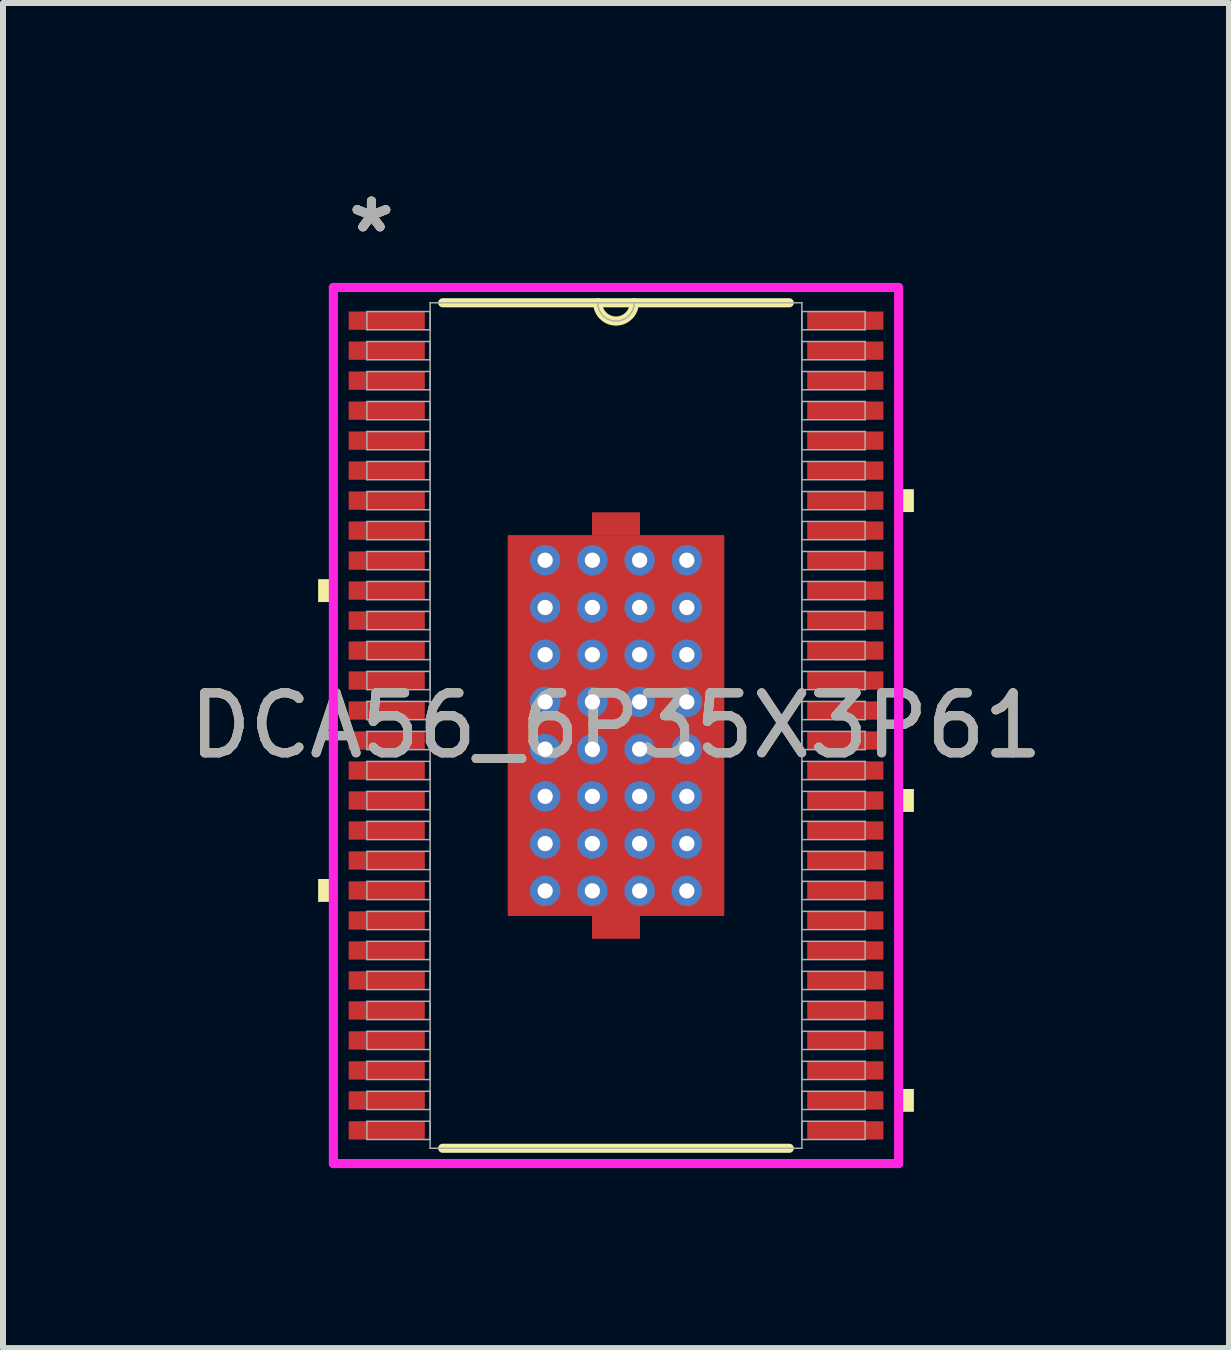
<source format=kicad_pcb>
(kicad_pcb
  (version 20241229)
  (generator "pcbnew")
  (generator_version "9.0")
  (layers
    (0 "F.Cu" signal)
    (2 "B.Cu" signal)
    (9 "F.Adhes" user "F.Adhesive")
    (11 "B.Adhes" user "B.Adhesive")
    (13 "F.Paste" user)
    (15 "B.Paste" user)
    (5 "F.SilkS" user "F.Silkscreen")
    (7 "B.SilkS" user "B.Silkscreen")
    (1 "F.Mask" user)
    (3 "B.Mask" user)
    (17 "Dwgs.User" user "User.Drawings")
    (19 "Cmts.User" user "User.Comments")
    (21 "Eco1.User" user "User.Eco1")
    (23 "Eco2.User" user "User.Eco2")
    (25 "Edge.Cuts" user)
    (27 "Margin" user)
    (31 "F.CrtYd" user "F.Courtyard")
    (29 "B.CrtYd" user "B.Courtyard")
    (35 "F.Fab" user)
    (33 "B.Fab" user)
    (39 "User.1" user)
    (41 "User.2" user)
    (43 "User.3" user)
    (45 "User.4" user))
  (footprint "DCA56_6P35X3P61"
    (layer "F.Cu")
    (at 7.22 9.046)
    (property "Reference" "DCA56_6P35X3P61" (at 0 0 0) (unlocked yes) (layer "F.SilkS") (effects (font (size 1 1) (thickness 0.15))))
    (attr smd)
    (fp_poly (pts (xy -0.4 -3.175) (xy -0.4 -3.555) (xy 0.4 -3.555) (xy 0.4 -3.175)) (stroke (width 0) (type solid)) (fill yes) (layer "F.Cu"))
    (fp_poly (pts (xy -0.4 3.175) (xy -0.4 3.555) (xy 0.4 3.555) (xy 0.4 3.175)) (stroke (width 0) (type solid)) (fill yes) (layer "F.Cu"))
    (fp_poly (pts (xy -1.869 -3.239) (xy -1.381 -3.239) (xy -1.381 3.239) (xy -1.869 3.239)) (stroke (width 0) (type solid)) (fill yes) (layer "F.Mask"))
    (fp_poly (pts (xy -1.869 -3.239) (xy 1.869 -3.239) (xy 1.869 -2.956) (xy -1.869 -2.956)) (stroke (width 0) (type solid)) (fill yes) (layer "F.Mask"))
    (fp_poly (pts (xy -1.869 -2.556) (xy 1.869 -2.556) (xy 1.869 -2.168) (xy -1.869 -2.168)) (stroke (width 0) (type solid)) (fill yes) (layer "F.Mask"))
    (fp_poly (pts (xy -1.869 -1.768) (xy 1.869 -1.768) (xy 1.869 -1.381) (xy -1.869 -1.381)) (stroke (width 0) (type solid)) (fill yes) (layer "F.Mask"))
    (fp_poly (pts (xy -1.869 -0.981) (xy 1.869 -0.981) (xy 1.869 -0.594) (xy -1.869 -0.594)) (stroke (width 0) (type solid)) (fill yes) (layer "F.Mask"))
    (fp_poly (pts (xy -1.869 -0.194) (xy 1.869 -0.194) (xy 1.869 0.194) (xy -1.869 0.194)) (stroke (width 0) (type solid)) (fill yes) (layer "F.Mask"))
    (fp_poly (pts (xy -1.869 0.594) (xy 1.869 0.594) (xy 1.869 0.981) (xy -1.869 0.981)) (stroke (width 0) (type solid)) (fill yes) (layer "F.Mask"))
    (fp_poly (pts (xy -1.869 1.381) (xy 1.869 1.381) (xy 1.869 1.768) (xy -1.869 1.768)) (stroke (width 0) (type solid)) (fill yes) (layer "F.Mask"))
    (fp_poly (pts (xy -1.869 2.168) (xy 1.869 2.168) (xy 1.869 2.556) (xy -1.869 2.556)) (stroke (width 0) (type solid)) (fill yes) (layer "F.Mask"))
    (fp_poly (pts (xy -1.869 2.956) (xy 1.869 2.956) (xy 1.869 3.239) (xy -1.869 3.239)) (stroke (width 0) (type solid)) (fill yes) (layer "F.Mask"))
    (fp_poly (pts (xy -0.594 -3.239) (xy -0.981 -3.239) (xy -0.981 3.239) (xy -0.594 3.239)) (stroke (width 0) (type solid)) (fill yes) (layer "F.Mask"))
    (fp_poly (pts (xy -0.4 -3.175) (xy -0.4 -3.555) (xy 0.4 -3.555) (xy 0.4 -3.175)) (stroke (width 0) (type solid)) (fill yes) (layer "F.Mask"))
    (fp_poly (pts (xy -0.4 3.175) (xy -0.4 3.555) (xy 0.4 3.555) (xy 0.4 3.175)) (stroke (width 0) (type solid)) (fill yes) (layer "F.Mask"))
    (fp_poly (pts (xy 0.194 -3.239) (xy -0.194 -3.239) (xy -0.194 3.239) (xy 0.194 3.239)) (stroke (width 0) (type solid)) (fill yes) (layer "F.Mask"))
    (fp_poly (pts (xy 0.981 -3.239) (xy 0.594 -3.239) (xy 0.594 3.239) (xy 0.981 3.239)) (stroke (width 0) (type solid)) (fill yes) (layer "F.Mask"))
    (fp_poly (pts (xy 1.381 -3.239) (xy 1.869 -3.239) (xy 1.869 3.239) (xy 1.381 3.239)) (stroke (width 0) (type solid)) (fill yes) (layer "F.Mask"))
    (fp_line (start -2.889 7.048) (end 2.889 7.048) (stroke (width 0.152) (type solid)) (layer "F.SilkS"))
    (fp_line (start 2.889 -7.048) (end -2.889 -7.048) (stroke (width 0.152) (type solid)) (layer "F.SilkS"))
    (fp_arc (start 0.3048 -7.0485) (mid 0 -6.7437) (end -0.3048 -7.0485) (stroke (width 0.1524) (type solid)) (layer "F.SilkS"))
    (fp_poly (pts (xy -4.966 -2.44) (xy -4.966 -2.059) (xy -4.712 -2.059) (xy -4.712 -2.44)) (stroke (width 0) (type solid)) (fill yes) (layer "F.SilkS"))
    (fp_poly (pts (xy -4.966 2.559) (xy -4.966 2.94) (xy -4.712 2.94) (xy -4.712 2.559)) (stroke (width 0) (type solid)) (fill yes) (layer "F.SilkS"))
    (fp_poly (pts (xy 4.966 -3.94) (xy 4.966 -3.559) (xy 4.712 -3.559) (xy 4.712 -3.94)) (stroke (width 0) (type solid)) (fill yes) (layer "F.SilkS"))
    (fp_poly (pts (xy 4.966 1.059) (xy 4.966 1.44) (xy 4.712 1.44) (xy 4.712 1.059)) (stroke (width 0) (type solid)) (fill yes) (layer "F.SilkS"))
    (fp_poly (pts (xy 4.966 6.059) (xy 4.966 6.44) (xy 4.712 6.44) (xy 4.712 6.059)) (stroke (width 0) (type solid)) (fill yes) (layer "F.SilkS"))
    (fp_poly (pts (xy -1.73 -3.1) (xy -1.73 -2.856) (xy -1.423 -2.856) (xy -1.281 -2.997) (xy -1.281 -3.1)) (stroke (width 0) (type solid)) (fill yes) (layer "F.Paste"))
    (fp_poly (pts (xy -1.73 2.856) (xy -1.73 3.1) (xy -1.281 3.1) (xy -1.281 2.997) (xy -1.423 2.856)) (stroke (width 0) (type solid)) (fill yes) (layer "F.Paste"))
    (fp_poly (pts (xy 1.281 -3.1) (xy 1.281 -2.997) (xy 1.423 -2.856) (xy 1.73 -2.856) (xy 1.73 -3.1)) (stroke (width 0) (type solid)) (fill yes) (layer "F.Paste"))
    (fp_poly (pts (xy 1.423 2.856) (xy 1.281 2.997) (xy 1.281 3.1) (xy 1.73 3.1) (xy 1.73 2.856)) (stroke (width 0) (type solid)) (fill yes) (layer "F.Paste"))
    (fp_poly (pts (xy -1.73 -2.656) (xy -1.73 -2.068) (xy -1.423 -2.068) (xy -1.281 -2.21) (xy -1.281 -2.514) (xy -1.423 -2.656)) (stroke (width 0) (type solid)) (fill yes) (layer "F.Paste"))
    (fp_poly (pts (xy -1.73 -1.869) (xy -1.73 -1.281) (xy -1.423 -1.281) (xy -1.281 -1.423) (xy -1.281 -1.727) (xy -1.423 -1.869)) (stroke (width 0) (type solid)) (fill yes) (layer "F.Paste"))
    (fp_poly (pts (xy -1.73 -1.081) (xy -1.73 -0.494) (xy -1.423 -0.494) (xy -1.281 -0.635) (xy -1.281 -0.94) (xy -1.423 -1.081)) (stroke (width 0) (type solid)) (fill yes) (layer "F.Paste"))
    (fp_poly (pts (xy -1.73 -0.294) (xy -1.73 0.294) (xy -1.423 0.294) (xy -1.281 0.152) (xy -1.281 -0.152) (xy -1.423 -0.294)) (stroke (width 0) (type solid)) (fill yes) (layer "F.Paste"))
    (fp_poly (pts (xy -1.73 0.494) (xy -1.73 1.081) (xy -1.423 1.081) (xy -1.281 0.94) (xy -1.281 0.635) (xy -1.423 0.494)) (stroke (width 0) (type solid)) (fill yes) (layer "F.Paste"))
    (fp_poly (pts (xy -1.73 1.281) (xy -1.73 1.869) (xy -1.423 1.869) (xy -1.281 1.727) (xy -1.281 1.423) (xy -1.423 1.281)) (stroke (width 0) (type solid)) (fill yes) (layer "F.Paste"))
    (fp_poly (pts (xy -1.73 2.068) (xy -1.73 2.656) (xy -1.423 2.656) (xy -1.281 2.514) (xy -1.281 2.21) (xy -1.423 2.068)) (stroke (width 0) (type solid)) (fill yes) (layer "F.Paste"))
    (fp_poly (pts (xy -1.081 -3.1) (xy -1.081 -2.997) (xy -0.94 -2.856) (xy -0.635 -2.856) (xy -0.494 -2.997) (xy -0.494 -3.1)) (stroke (width 0) (type solid)) (fill yes) (layer "F.Paste"))
    (fp_poly (pts (xy -0.94 2.856) (xy -1.081 2.997) (xy -1.081 3.1) (xy -0.494 3.1) (xy -0.494 2.997) (xy -0.635 2.856)) (stroke (width 0) (type solid)) (fill yes) (layer "F.Paste"))
    (fp_poly (pts (xy -0.294 -3.1) (xy -0.294 -2.997) (xy -0.152 -2.856) (xy 0.152 -2.856) (xy 0.294 -2.997) (xy 0.294 -3.1)) (stroke (width 0) (type solid)) (fill yes) (layer "F.Paste"))
    (fp_poly (pts (xy -0.152 2.856) (xy -0.294 2.997) (xy -0.294 3.1) (xy 0.294 3.1) (xy 0.294 2.997) (xy 0.152 2.856)) (stroke (width 0) (type solid)) (fill yes) (layer "F.Paste"))
    (fp_poly (pts (xy 0.494 -3.1) (xy 0.494 -2.997) (xy 0.635 -2.856) (xy 0.94 -2.856) (xy 1.081 -2.997) (xy 1.081 -3.1)) (stroke (width 0) (type solid)) (fill yes) (layer "F.Paste"))
    (fp_poly (pts (xy 0.635 2.856) (xy 0.494 2.997) (xy 0.494 3.1) (xy 1.081 3.1) (xy 1.081 2.997) (xy 0.94 2.856)) (stroke (width 0) (type solid)) (fill yes) (layer "F.Paste"))
    (fp_poly (pts (xy 1.423 -2.656) (xy 1.281 -2.514) (xy 1.281 -2.21) (xy 1.423 -2.068) (xy 1.73 -2.068) (xy 1.73 -2.656)) (stroke (width 0) (type solid)) (fill yes) (layer "F.Paste"))
    (fp_poly (pts (xy 1.423 -1.869) (xy 1.281 -1.727) (xy 1.281 -1.423) (xy 1.423 -1.281) (xy 1.73 -1.281) (xy 1.73 -1.869)) (stroke (width 0) (type solid)) (fill yes) (layer "F.Paste"))
    (fp_poly (pts (xy 1.423 -1.081) (xy 1.281 -0.94) (xy 1.281 -0.635) (xy 1.423 -0.494) (xy 1.73 -0.494) (xy 1.73 -1.081)) (stroke (width 0) (type solid)) (fill yes) (layer "F.Paste"))
    (fp_poly (pts (xy 1.423 -0.294) (xy 1.281 -0.152) (xy 1.281 0.152) (xy 1.423 0.294) (xy 1.73 0.294) (xy 1.73 -0.294)) (stroke (width 0) (type solid)) (fill yes) (layer "F.Paste"))
    (fp_poly (pts (xy 1.423 0.494) (xy 1.281 0.635) (xy 1.281 0.94) (xy 1.423 1.081) (xy 1.73 1.081) (xy 1.73 0.494)) (stroke (width 0) (type solid)) (fill yes) (layer "F.Paste"))
    (fp_poly (pts (xy 1.423 1.281) (xy 1.281 1.423) (xy 1.281 1.727) (xy 1.423 1.869) (xy 1.73 1.869) (xy 1.73 1.281)) (stroke (width 0) (type solid)) (fill yes) (layer "F.Paste"))
    (fp_poly (pts (xy 1.423 2.068) (xy 1.281 2.21) (xy 1.281 2.514) (xy 1.423 2.656) (xy 1.73 2.656) (xy 1.73 2.068)) (stroke (width 0) (type solid)) (fill yes) (layer "F.Paste"))
    (fp_poly (pts (xy -0.94 -2.656) (xy -1.081 -2.514) (xy -1.081 -2.21) (xy -0.94 -2.068) (xy -0.635 -2.068) (xy -0.494 -2.21) (xy -0.494 -2.514) (xy -0.635 -2.656)) (stroke (width 0) (type solid)) (fill yes) (layer "F.Paste"))
    (fp_poly (pts (xy -0.94 -1.869) (xy -1.081 -1.727) (xy -1.081 -1.423) (xy -0.94 -1.281) (xy -0.635 -1.281) (xy -0.494 -1.423) (xy -0.494 -1.727) (xy -0.635 -1.869)) (stroke (width 0) (type solid)) (fill yes) (layer "F.Paste"))
    (fp_poly (pts (xy -0.94 -1.081) (xy -1.081 -0.94) (xy -1.081 -0.635) (xy -0.94 -0.494) (xy -0.635 -0.494) (xy -0.494 -0.635) (xy -0.494 -0.94) (xy -0.635 -1.081)) (stroke (width 0) (type solid)) (fill yes) (layer "F.Paste"))
    (fp_poly (pts (xy -0.94 -0.294) (xy -1.081 -0.152) (xy -1.081 0.152) (xy -0.94 0.294) (xy -0.635 0.294) (xy -0.494 0.152) (xy -0.494 -0.152) (xy -0.635 -0.294)) (stroke (width 0) (type solid)) (fill yes) (layer "F.Paste"))
    (fp_poly (pts (xy -0.94 0.494) (xy -1.081 0.635) (xy -1.081 0.94) (xy -0.94 1.081) (xy -0.635 1.081) (xy -0.494 0.94) (xy -0.494 0.635) (xy -0.635 0.494)) (stroke (width 0) (type solid)) (fill yes) (layer "F.Paste"))
    (fp_poly (pts (xy -0.94 1.281) (xy -1.081 1.423) (xy -1.081 1.727) (xy -0.94 1.869) (xy -0.635 1.869) (xy -0.494 1.727) (xy -0.494 1.423) (xy -0.635 1.281)) (stroke (width 0) (type solid)) (fill yes) (layer "F.Paste"))
    (fp_poly (pts (xy -0.94 2.068) (xy -1.081 2.21) (xy -1.081 2.514) (xy -0.94 2.656) (xy -0.635 2.656) (xy -0.494 2.514) (xy -0.494 2.21) (xy -0.635 2.068)) (stroke (width 0) (type solid)) (fill yes) (layer "F.Paste"))
    (fp_poly (pts (xy -0.152 -2.656) (xy -0.294 -2.514) (xy -0.294 -2.21) (xy -0.152 -2.068) (xy 0.152 -2.068) (xy 0.294 -2.21) (xy 0.294 -2.514) (xy 0.152 -2.656)) (stroke (width 0) (type solid)) (fill yes) (layer "F.Paste"))
    (fp_poly (pts (xy -0.152 -1.869) (xy -0.294 -1.727) (xy -0.294 -1.423) (xy -0.152 -1.281) (xy 0.152 -1.281) (xy 0.294 -1.423) (xy 0.294 -1.727) (xy 0.152 -1.869)) (stroke (width 0) (type solid)) (fill yes) (layer "F.Paste"))
    (fp_poly (pts (xy -0.152 -1.081) (xy -0.294 -0.94) (xy -0.294 -0.635) (xy -0.152 -0.494) (xy 0.152 -0.494) (xy 0.294 -0.635) (xy 0.294 -0.94) (xy 0.152 -1.081)) (stroke (width 0) (type solid)) (fill yes) (layer "F.Paste"))
    (fp_poly (pts (xy -0.152 -0.294) (xy -0.294 -0.152) (xy -0.294 0.152) (xy -0.152 0.294) (xy 0.152 0.294) (xy 0.294 0.152) (xy 0.294 -0.152) (xy 0.152 -0.294)) (stroke (width 0) (type solid)) (fill yes) (layer "F.Paste"))
    (fp_poly (pts (xy -0.152 0.494) (xy -0.294 0.635) (xy -0.294 0.94) (xy -0.152 1.081) (xy 0.152 1.081) (xy 0.294 0.94) (xy 0.294 0.635) (xy 0.152 0.494)) (stroke (width 0) (type solid)) (fill yes) (layer "F.Paste"))
    (fp_poly (pts (xy -0.152 1.281) (xy -0.294 1.423) (xy -0.294 1.727) (xy -0.152 1.869) (xy 0.152 1.869) (xy 0.294 1.727) (xy 0.294 1.423) (xy 0.152 1.281)) (stroke (width 0) (type solid)) (fill yes) (layer "F.Paste"))
    (fp_poly (pts (xy -0.152 2.068) (xy -0.294 2.21) (xy -0.294 2.514) (xy -0.152 2.656) (xy 0.152 2.656) (xy 0.294 2.514) (xy 0.294 2.21) (xy 0.152 2.068)) (stroke (width 0) (type solid)) (fill yes) (layer "F.Paste"))
    (fp_poly (pts (xy 0.635 -2.656) (xy 0.494 -2.514) (xy 0.494 -2.21) (xy 0.635 -2.068) (xy 0.94 -2.068) (xy 1.081 -2.21) (xy 1.081 -2.514) (xy 0.94 -2.656)) (stroke (width 0) (type solid)) (fill yes) (layer "F.Paste"))
    (fp_poly (pts (xy 0.635 -1.869) (xy 0.494 -1.727) (xy 0.494 -1.423) (xy 0.635 -1.281) (xy 0.94 -1.281) (xy 1.081 -1.423) (xy 1.081 -1.727) (xy 0.94 -1.869)) (stroke (width 0) (type solid)) (fill yes) (layer "F.Paste"))
    (fp_poly (pts (xy 0.635 -1.081) (xy 0.494 -0.94) (xy 0.494 -0.635) (xy 0.635 -0.494) (xy 0.94 -0.494) (xy 1.081 -0.635) (xy 1.081 -0.94) (xy 0.94 -1.081)) (stroke (width 0) (type solid)) (fill yes) (layer "F.Paste"))
    (fp_poly (pts (xy 0.635 -0.294) (xy 0.494 -0.152) (xy 0.494 0.152) (xy 0.635 0.294) (xy 0.94 0.294) (xy 1.081 0.152) (xy 1.081 -0.152) (xy 0.94 -0.294)) (stroke (width 0) (type solid)) (fill yes) (layer "F.Paste"))
    (fp_poly (pts (xy 0.635 0.494) (xy 0.494 0.635) (xy 0.494 0.94) (xy 0.635 1.081) (xy 0.94 1.081) (xy 1.081 0.94) (xy 1.081 0.635) (xy 0.94 0.494)) (stroke (width 0) (type solid)) (fill yes) (layer "F.Paste"))
    (fp_poly (pts (xy 0.635 1.281) (xy 0.494 1.423) (xy 0.494 1.727) (xy 0.635 1.869) (xy 0.94 1.869) (xy 1.081 1.727) (xy 1.081 1.423) (xy 0.94 1.281)) (stroke (width 0) (type solid)) (fill yes) (layer "F.Paste"))
    (fp_poly (pts (xy 0.635 2.068) (xy 0.494 2.21) (xy 0.494 2.514) (xy 0.635 2.656) (xy 0.94 2.656) (xy 1.081 2.514) (xy 1.081 2.21) (xy 0.94 2.068)) (stroke (width 0) (type solid)) (fill yes) (layer "F.Paste"))
    (fp_line (start -4.712 -7.303) (end 4.712 -7.303) (stroke (width 0.152) (type solid)) (layer "F.CrtYd"))
    (fp_line (start -4.712 7.303) (end -4.712 -7.303) (stroke (width 0.152) (type solid)) (layer "F.CrtYd"))
    (fp_line (start 4.712 -7.303) (end 4.712 7.303) (stroke (width 0.152) (type solid)) (layer "F.CrtYd"))
    (fp_line (start 4.712 7.303) (end -4.712 7.303) (stroke (width 0.152) (type solid)) (layer "F.CrtYd"))
    (fp_line (start -4.153 -6.902) (end -4.153 -6.598) (stroke (width 0.025) (type solid)) (layer "F.Fab"))
    (fp_line (start -4.153 -6.598) (end -3.099 -6.598) (stroke (width 0.025) (type solid)) (layer "F.Fab"))
    (fp_line (start -4.153 -6.402) (end -4.153 -6.098) (stroke (width 0.025) (type solid)) (layer "F.Fab"))
    (fp_line (start -4.153 -6.098) (end -3.099 -6.098) (stroke (width 0.025) (type solid)) (layer "F.Fab"))
    (fp_line (start -4.153 -5.902) (end -4.153 -5.598) (stroke (width 0.025) (type solid)) (layer "F.Fab"))
    (fp_line (start -4.153 -5.598) (end -3.099 -5.598) (stroke (width 0.025) (type solid)) (layer "F.Fab"))
    (fp_line (start -4.153 -5.402) (end -4.153 -5.098) (stroke (width 0.025) (type solid)) (layer "F.Fab"))
    (fp_line (start -4.153 -5.098) (end -3.099 -5.098) (stroke (width 0.025) (type solid)) (layer "F.Fab"))
    (fp_line (start -4.153 -4.902) (end -4.153 -4.598) (stroke (width 0.025) (type solid)) (layer "F.Fab"))
    (fp_line (start -4.153 -4.598) (end -3.099 -4.598) (stroke (width 0.025) (type solid)) (layer "F.Fab"))
    (fp_line (start -4.153 -4.402) (end -4.153 -4.098) (stroke (width 0.025) (type solid)) (layer "F.Fab"))
    (fp_line (start -4.153 -4.098) (end -3.099 -4.098) (stroke (width 0.025) (type solid)) (layer "F.Fab"))
    (fp_line (start -4.153 -3.902) (end -4.153 -3.598) (stroke (width 0.025) (type solid)) (layer "F.Fab"))
    (fp_line (start -4.153 -3.598) (end -3.099 -3.598) (stroke (width 0.025) (type solid)) (layer "F.Fab"))
    (fp_line (start -4.153 -3.402) (end -4.153 -3.098) (stroke (width 0.025) (type solid)) (layer "F.Fab"))
    (fp_line (start -4.153 -3.098) (end -3.099 -3.098) (stroke (width 0.025) (type solid)) (layer "F.Fab"))
    (fp_line (start -4.153 -2.902) (end -4.153 -2.598) (stroke (width 0.025) (type solid)) (layer "F.Fab"))
    (fp_line (start -4.153 -2.598) (end -3.099 -2.598) (stroke (width 0.025) (type solid)) (layer "F.Fab"))
    (fp_line (start -4.153 -2.402) (end -4.153 -2.098) (stroke (width 0.025) (type solid)) (layer "F.Fab"))
    (fp_line (start -4.153 -2.098) (end -3.099 -2.098) (stroke (width 0.025) (type solid)) (layer "F.Fab"))
    (fp_line (start -4.153 -1.902) (end -4.153 -1.598) (stroke (width 0.025) (type solid)) (layer "F.Fab"))
    (fp_line (start -4.153 -1.598) (end -3.099 -1.598) (stroke (width 0.025) (type solid)) (layer "F.Fab"))
    (fp_line (start -4.153 -1.402) (end -4.153 -1.098) (stroke (width 0.025) (type solid)) (layer "F.Fab"))
    (fp_line (start -4.153 -1.098) (end -3.099 -1.098) (stroke (width 0.025) (type solid)) (layer "F.Fab"))
    (fp_line (start -4.153 -0.902) (end -4.153 -0.598) (stroke (width 0.025) (type solid)) (layer "F.Fab"))
    (fp_line (start -4.153 -0.598) (end -3.099 -0.598) (stroke (width 0.025) (type solid)) (layer "F.Fab"))
    (fp_line (start -4.153 -0.402) (end -4.153 -0.098) (stroke (width 0.025) (type solid)) (layer "F.Fab"))
    (fp_line (start -4.153 -0.098) (end -3.099 -0.098) (stroke (width 0.025) (type solid)) (layer "F.Fab"))
    (fp_line (start -4.153 0.098) (end -4.153 0.402) (stroke (width 0.025) (type solid)) (layer "F.Fab"))
    (fp_line (start -4.153 0.402) (end -3.099 0.402) (stroke (width 0.025) (type solid)) (layer "F.Fab"))
    (fp_line (start -4.153 0.598) (end -4.153 0.902) (stroke (width 0.025) (type solid)) (layer "F.Fab"))
    (fp_line (start -4.153 0.902) (end -3.099 0.902) (stroke (width 0.025) (type solid)) (layer "F.Fab"))
    (fp_line (start -4.153 1.098) (end -4.153 1.402) (stroke (width 0.025) (type solid)) (layer "F.Fab"))
    (fp_line (start -4.153 1.402) (end -3.099 1.402) (stroke (width 0.025) (type solid)) (layer "F.Fab"))
    (fp_line (start -4.153 1.598) (end -4.153 1.902) (stroke (width 0.025) (type solid)) (layer "F.Fab"))
    (fp_line (start -4.153 1.902) (end -3.099 1.902) (stroke (width 0.025) (type solid)) (layer "F.Fab"))
    (fp_line (start -4.153 2.098) (end -4.153 2.402) (stroke (width 0.025) (type solid)) (layer "F.Fab"))
    (fp_line (start -4.153 2.402) (end -3.099 2.402) (stroke (width 0.025) (type solid)) (layer "F.Fab"))
    (fp_line (start -4.153 2.598) (end -4.153 2.902) (stroke (width 0.025) (type solid)) (layer "F.Fab"))
    (fp_line (start -4.153 2.902) (end -3.099 2.902) (stroke (width 0.025) (type solid)) (layer "F.Fab"))
    (fp_line (start -4.153 3.098) (end -4.153 3.402) (stroke (width 0.025) (type solid)) (layer "F.Fab"))
    (fp_line (start -4.153 3.402) (end -3.099 3.402) (stroke (width 0.025) (type solid)) (layer "F.Fab"))
    (fp_line (start -4.153 3.598) (end -4.153 3.902) (stroke (width 0.025) (type solid)) (layer "F.Fab"))
    (fp_line (start -4.153 3.902) (end -3.099 3.902) (stroke (width 0.025) (type solid)) (layer "F.Fab"))
    (fp_line (start -4.153 4.098) (end -4.153 4.402) (stroke (width 0.025) (type solid)) (layer "F.Fab"))
    (fp_line (start -4.153 4.402) (end -3.099 4.402) (stroke (width 0.025) (type solid)) (layer "F.Fab"))
    (fp_line (start -4.153 4.598) (end -4.153 4.902) (stroke (width 0.025) (type solid)) (layer "F.Fab"))
    (fp_line (start -4.153 4.902) (end -3.099 4.902) (stroke (width 0.025) (type solid)) (layer "F.Fab"))
    (fp_line (start -4.153 5.098) (end -4.153 5.402) (stroke (width 0.025) (type solid)) (layer "F.Fab"))
    (fp_line (start -4.153 5.402) (end -3.099 5.402) (stroke (width 0.025) (type solid)) (layer "F.Fab"))
    (fp_line (start -4.153 5.598) (end -4.153 5.902) (stroke (width 0.025) (type solid)) (layer "F.Fab"))
    (fp_line (start -4.153 5.902) (end -3.099 5.902) (stroke (width 0.025) (type solid)) (layer "F.Fab"))
    (fp_line (start -4.153 6.098) (end -4.153 6.402) (stroke (width 0.025) (type solid)) (layer "F.Fab"))
    (fp_line (start -4.153 6.402) (end -3.099 6.402) (stroke (width 0.025) (type solid)) (layer "F.Fab"))
    (fp_line (start -4.153 6.598) (end -4.153 6.902) (stroke (width 0.025) (type solid)) (layer "F.Fab"))
    (fp_line (start -4.153 6.902) (end -3.099 6.902) (stroke (width 0.025) (type solid)) (layer "F.Fab"))
    (fp_line (start -3.099 -7.048) (end -3.099 7.048) (stroke (width 0.025) (type solid)) (layer "F.Fab"))
    (fp_line (start -3.099 -6.902) (end -4.153 -6.902) (stroke (width 0.025) (type solid)) (layer "F.Fab"))
    (fp_line (start -3.099 -6.598) (end -3.099 -6.902) (stroke (width 0.025) (type solid)) (layer "F.Fab"))
    (fp_line (start -3.099 -6.402) (end -4.153 -6.402) (stroke (width 0.025) (type solid)) (layer "F.Fab"))
    (fp_line (start -3.099 -6.098) (end -3.099 -6.402) (stroke (width 0.025) (type solid)) (layer "F.Fab"))
    (fp_line (start -3.099 -5.902) (end -4.153 -5.902) (stroke (width 0.025) (type solid)) (layer "F.Fab"))
    (fp_line (start -3.099 -5.598) (end -3.099 -5.902) (stroke (width 0.025) (type solid)) (layer "F.Fab"))
    (fp_line (start -3.099 -5.402) (end -4.153 -5.402) (stroke (width 0.025) (type solid)) (layer "F.Fab"))
    (fp_line (start -3.099 -5.098) (end -3.099 -5.402) (stroke (width 0.025) (type solid)) (layer "F.Fab"))
    (fp_line (start -3.099 -4.902) (end -4.153 -4.902) (stroke (width 0.025) (type solid)) (layer "F.Fab"))
    (fp_line (start -3.099 -4.598) (end -3.099 -4.902) (stroke (width 0.025) (type solid)) (layer "F.Fab"))
    (fp_line (start -3.099 -4.402) (end -4.153 -4.402) (stroke (width 0.025) (type solid)) (layer "F.Fab"))
    (fp_line (start -3.099 -4.098) (end -3.099 -4.402) (stroke (width 0.025) (type solid)) (layer "F.Fab"))
    (fp_line (start -3.099 -3.902) (end -4.153 -3.902) (stroke (width 0.025) (type solid)) (layer "F.Fab"))
    (fp_line (start -3.099 -3.598) (end -3.099 -3.902) (stroke (width 0.025) (type solid)) (layer "F.Fab"))
    (fp_line (start -3.099 -3.402) (end -4.153 -3.402) (stroke (width 0.025) (type solid)) (layer "F.Fab"))
    (fp_line (start -3.099 -3.098) (end -3.099 -3.402) (stroke (width 0.025) (type solid)) (layer "F.Fab"))
    (fp_line (start -3.099 -2.902) (end -4.153 -2.902) (stroke (width 0.025) (type solid)) (layer "F.Fab"))
    (fp_line (start -3.099 -2.598) (end -3.099 -2.902) (stroke (width 0.025) (type solid)) (layer "F.Fab"))
    (fp_line (start -3.099 -2.402) (end -4.153 -2.402) (stroke (width 0.025) (type solid)) (layer "F.Fab"))
    (fp_line (start -3.099 -2.098) (end -3.099 -2.402) (stroke (width 0.025) (type solid)) (layer "F.Fab"))
    (fp_line (start -3.099 -1.902) (end -4.153 -1.902) (stroke (width 0.025) (type solid)) (layer "F.Fab"))
    (fp_line (start -3.099 -1.598) (end -3.099 -1.902) (stroke (width 0.025) (type solid)) (layer "F.Fab"))
    (fp_line (start -3.099 -1.402) (end -4.153 -1.402) (stroke (width 0.025) (type solid)) (layer "F.Fab"))
    (fp_line (start -3.099 -1.098) (end -3.099 -1.402) (stroke (width 0.025) (type solid)) (layer "F.Fab"))
    (fp_line (start -3.099 -0.902) (end -4.153 -0.902) (stroke (width 0.025) (type solid)) (layer "F.Fab"))
    (fp_line (start -3.099 -0.598) (end -3.099 -0.902) (stroke (width 0.025) (type solid)) (layer "F.Fab"))
    (fp_line (start -3.099 -0.402) (end -4.153 -0.402) (stroke (width 0.025) (type solid)) (layer "F.Fab"))
    (fp_line (start -3.099 -0.098) (end -3.099 -0.402) (stroke (width 0.025) (type solid)) (layer "F.Fab"))
    (fp_line (start -3.099 0.098) (end -4.153 0.098) (stroke (width 0.025) (type solid)) (layer "F.Fab"))
    (fp_line (start -3.099 0.402) (end -3.099 0.098) (stroke (width 0.025) (type solid)) (layer "F.Fab"))
    (fp_line (start -3.099 0.598) (end -4.153 0.598) (stroke (width 0.025) (type solid)) (layer "F.Fab"))
    (fp_line (start -3.099 0.902) (end -3.099 0.598) (stroke (width 0.025) (type solid)) (layer "F.Fab"))
    (fp_line (start -3.099 1.098) (end -4.153 1.098) (stroke (width 0.025) (type solid)) (layer "F.Fab"))
    (fp_line (start -3.099 1.402) (end -3.099 1.098) (stroke (width 0.025) (type solid)) (layer "F.Fab"))
    (fp_line (start -3.099 1.598) (end -4.153 1.598) (stroke (width 0.025) (type solid)) (layer "F.Fab"))
    (fp_line (start -3.099 1.902) (end -3.099 1.598) (stroke (width 0.025) (type solid)) (layer "F.Fab"))
    (fp_line (start -3.099 2.098) (end -4.153 2.098) (stroke (width 0.025) (type solid)) (layer "F.Fab"))
    (fp_line (start -3.099 2.402) (end -3.099 2.098) (stroke (width 0.025) (type solid)) (layer "F.Fab"))
    (fp_line (start -3.099 2.598) (end -4.153 2.598) (stroke (width 0.025) (type solid)) (layer "F.Fab"))
    (fp_line (start -3.099 2.902) (end -3.099 2.598) (stroke (width 0.025) (type solid)) (layer "F.Fab"))
    (fp_line (start -3.099 3.098) (end -4.153 3.098) (stroke (width 0.025) (type solid)) (layer "F.Fab"))
    (fp_line (start -3.099 3.402) (end -3.099 3.098) (stroke (width 0.025) (type solid)) (layer "F.Fab"))
    (fp_line (start -3.099 3.598) (end -4.153 3.598) (stroke (width 0.025) (type solid)) (layer "F.Fab"))
    (fp_line (start -3.099 3.902) (end -3.099 3.598) (stroke (width 0.025) (type solid)) (layer "F.Fab"))
    (fp_line (start -3.099 4.098) (end -4.153 4.098) (stroke (width 0.025) (type solid)) (layer "F.Fab"))
    (fp_line (start -3.099 4.402) (end -3.099 4.098) (stroke (width 0.025) (type solid)) (layer "F.Fab"))
    (fp_line (start -3.099 4.598) (end -4.153 4.598) (stroke (width 0.025) (type solid)) (layer "F.Fab"))
    (fp_line (start -3.099 4.902) (end -3.099 4.598) (stroke (width 0.025) (type solid)) (layer "F.Fab"))
    (fp_line (start -3.099 5.098) (end -4.153 5.098) (stroke (width 0.025) (type solid)) (layer "F.Fab"))
    (fp_line (start -3.099 5.402) (end -3.099 5.098) (stroke (width 0.025) (type solid)) (layer "F.Fab"))
    (fp_line (start -3.099 5.598) (end -4.153 5.598) (stroke (width 0.025) (type solid)) (layer "F.Fab"))
    (fp_line (start -3.099 5.902) (end -3.099 5.598) (stroke (width 0.025) (type solid)) (layer "F.Fab"))
    (fp_line (start -3.099 6.098) (end -4.153 6.098) (stroke (width 0.025) (type solid)) (layer "F.Fab"))
    (fp_line (start -3.099 6.402) (end -3.099 6.098) (stroke (width 0.025) (type solid)) (layer "F.Fab"))
    (fp_line (start -3.099 6.598) (end -4.153 6.598) (stroke (width 0.025) (type solid)) (layer "F.Fab"))
    (fp_line (start -3.099 6.902) (end -3.099 6.598) (stroke (width 0.025) (type solid)) (layer "F.Fab"))
    (fp_line (start -3.099 7.048) (end 3.099 7.048) (stroke (width 0.025) (type solid)) (layer "F.Fab"))
    (fp_line (start 3.099 -7.048) (end -3.099 -7.048) (stroke (width 0.025) (type solid)) (layer "F.Fab"))
    (fp_line (start 3.099 -6.902) (end 3.099 -6.598) (stroke (width 0.025) (type solid)) (layer "F.Fab"))
    (fp_line (start 3.099 -6.598) (end 4.153 -6.598) (stroke (width 0.025) (type solid)) (layer "F.Fab"))
    (fp_line (start 3.099 -6.402) (end 3.099 -6.098) (stroke (width 0.025) (type solid)) (layer "F.Fab"))
    (fp_line (start 3.099 -6.098) (end 4.153 -6.098) (stroke (width 0.025) (type solid)) (layer "F.Fab"))
    (fp_line (start 3.099 -5.902) (end 3.099 -5.598) (stroke (width 0.025) (type solid)) (layer "F.Fab"))
    (fp_line (start 3.099 -5.598) (end 4.153 -5.598) (stroke (width 0.025) (type solid)) (layer "F.Fab"))
    (fp_line (start 3.099 -5.402) (end 3.099 -5.098) (stroke (width 0.025) (type solid)) (layer "F.Fab"))
    (fp_line (start 3.099 -5.098) (end 4.153 -5.098) (stroke (width 0.025) (type solid)) (layer "F.Fab"))
    (fp_line (start 3.099 -4.902) (end 3.099 -4.598) (stroke (width 0.025) (type solid)) (layer "F.Fab"))
    (fp_line (start 3.099 -4.598) (end 4.153 -4.598) (stroke (width 0.025) (type solid)) (layer "F.Fab"))
    (fp_line (start 3.099 -4.402) (end 3.099 -4.098) (stroke (width 0.025) (type solid)) (layer "F.Fab"))
    (fp_line (start 3.099 -4.098) (end 4.153 -4.098) (stroke (width 0.025) (type solid)) (layer "F.Fab"))
    (fp_line (start 3.099 -3.902) (end 3.099 -3.598) (stroke (width 0.025) (type solid)) (layer "F.Fab"))
    (fp_line (start 3.099 -3.598) (end 4.153 -3.598) (stroke (width 0.025) (type solid)) (layer "F.Fab"))
    (fp_line (start 3.099 -3.402) (end 3.099 -3.098) (stroke (width 0.025) (type solid)) (layer "F.Fab"))
    (fp_line (start 3.099 -3.098) (end 4.153 -3.098) (stroke (width 0.025) (type solid)) (layer "F.Fab"))
    (fp_line (start 3.099 -2.902) (end 3.099 -2.598) (stroke (width 0.025) (type solid)) (layer "F.Fab"))
    (fp_line (start 3.099 -2.598) (end 4.153 -2.598) (stroke (width 0.025) (type solid)) (layer "F.Fab"))
    (fp_line (start 3.099 -2.402) (end 3.099 -2.098) (stroke (width 0.025) (type solid)) (layer "F.Fab"))
    (fp_line (start 3.099 -2.098) (end 4.153 -2.098) (stroke (width 0.025) (type solid)) (layer "F.Fab"))
    (fp_line (start 3.099 -1.902) (end 3.099 -1.598) (stroke (width 0.025) (type solid)) (layer "F.Fab"))
    (fp_line (start 3.099 -1.598) (end 4.153 -1.598) (stroke (width 0.025) (type solid)) (layer "F.Fab"))
    (fp_line (start 3.099 -1.402) (end 3.099 -1.098) (stroke (width 0.025) (type solid)) (layer "F.Fab"))
    (fp_line (start 3.099 -1.098) (end 4.153 -1.098) (stroke (width 0.025) (type solid)) (layer "F.Fab"))
    (fp_line (start 3.099 -0.902) (end 3.099 -0.598) (stroke (width 0.025) (type solid)) (layer "F.Fab"))
    (fp_line (start 3.099 -0.598) (end 4.153 -0.598) (stroke (width 0.025) (type solid)) (layer "F.Fab"))
    (fp_line (start 3.099 -0.402) (end 3.099 -0.098) (stroke (width 0.025) (type solid)) (layer "F.Fab"))
    (fp_line (start 3.099 -0.098) (end 4.153 -0.098) (stroke (width 0.025) (type solid)) (layer "F.Fab"))
    (fp_line (start 3.099 0.098) (end 3.099 0.402) (stroke (width 0.025) (type solid)) (layer "F.Fab"))
    (fp_line (start 3.099 0.402) (end 4.153 0.402) (stroke (width 0.025) (type solid)) (layer "F.Fab"))
    (fp_line (start 3.099 0.598) (end 3.099 0.902) (stroke (width 0.025) (type solid)) (layer "F.Fab"))
    (fp_line (start 3.099 0.902) (end 4.153 0.902) (stroke (width 0.025) (type solid)) (layer "F.Fab"))
    (fp_line (start 3.099 1.098) (end 3.099 1.402) (stroke (width 0.025) (type solid)) (layer "F.Fab"))
    (fp_line (start 3.099 1.402) (end 4.153 1.402) (stroke (width 0.025) (type solid)) (layer "F.Fab"))
    (fp_line (start 3.099 1.598) (end 3.099 1.902) (stroke (width 0.025) (type solid)) (layer "F.Fab"))
    (fp_line (start 3.099 1.902) (end 4.153 1.902) (stroke (width 0.025) (type solid)) (layer "F.Fab"))
    (fp_line (start 3.099 2.098) (end 3.099 2.402) (stroke (width 0.025) (type solid)) (layer "F.Fab"))
    (fp_line (start 3.099 2.402) (end 4.153 2.402) (stroke (width 0.025) (type solid)) (layer "F.Fab"))
    (fp_line (start 3.099 2.598) (end 3.099 2.902) (stroke (width 0.025) (type solid)) (layer "F.Fab"))
    (fp_line (start 3.099 2.902) (end 4.153 2.902) (stroke (width 0.025) (type solid)) (layer "F.Fab"))
    (fp_line (start 3.099 3.098) (end 3.099 3.402) (stroke (width 0.025) (type solid)) (layer "F.Fab"))
    (fp_line (start 3.099 3.402) (end 4.153 3.402) (stroke (width 0.025) (type solid)) (layer "F.Fab"))
    (fp_line (start 3.099 3.598) (end 3.099 3.902) (stroke (width 0.025) (type solid)) (layer "F.Fab"))
    (fp_line (start 3.099 3.902) (end 4.153 3.902) (stroke (width 0.025) (type solid)) (layer "F.Fab"))
    (fp_line (start 3.099 4.098) (end 3.099 4.402) (stroke (width 0.025) (type solid)) (layer "F.Fab"))
    (fp_line (start 3.099 4.402) (end 4.153 4.402) (stroke (width 0.025) (type solid)) (layer "F.Fab"))
    (fp_line (start 3.099 4.598) (end 3.099 4.902) (stroke (width 0.025) (type solid)) (layer "F.Fab"))
    (fp_line (start 3.099 4.902) (end 4.153 4.902) (stroke (width 0.025) (type solid)) (layer "F.Fab"))
    (fp_line (start 3.099 5.098) (end 3.099 5.402) (stroke (width 0.025) (type solid)) (layer "F.Fab"))
    (fp_line (start 3.099 5.402) (end 4.153 5.402) (stroke (width 0.025) (type solid)) (layer "F.Fab"))
    (fp_line (start 3.099 5.598) (end 3.099 5.902) (stroke (width 0.025) (type solid)) (layer "F.Fab"))
    (fp_line (start 3.099 5.902) (end 4.153 5.902) (stroke (width 0.025) (type solid)) (layer "F.Fab"))
    (fp_line (start 3.099 6.098) (end 3.099 6.402) (stroke (width 0.025) (type solid)) (layer "F.Fab"))
    (fp_line (start 3.099 6.402) (end 4.153 6.402) (stroke (width 0.025) (type solid)) (layer "F.Fab"))
    (fp_line (start 3.099 6.598) (end 3.099 6.902) (stroke (width 0.025) (type solid)) (layer "F.Fab"))
    (fp_line (start 3.099 6.902) (end 4.153 6.902) (stroke (width 0.025) (type solid)) (layer "F.Fab"))
    (fp_line (start 3.099 7.048) (end 3.099 -7.048) (stroke (width 0.025) (type solid)) (layer "F.Fab"))
    (fp_line (start 4.153 -6.902) (end 3.099 -6.902) (stroke (width 0.025) (type solid)) (layer "F.Fab"))
    (fp_line (start 4.153 -6.598) (end 4.153 -6.902) (stroke (width 0.025) (type solid)) (layer "F.Fab"))
    (fp_line (start 4.153 -6.402) (end 3.099 -6.402) (stroke (width 0.025) (type solid)) (layer "F.Fab"))
    (fp_line (start 4.153 -6.098) (end 4.153 -6.402) (stroke (width 0.025) (type solid)) (layer "F.Fab"))
    (fp_line (start 4.153 -5.902) (end 3.099 -5.902) (stroke (width 0.025) (type solid)) (layer "F.Fab"))
    (fp_line (start 4.153 -5.598) (end 4.153 -5.902) (stroke (width 0.025) (type solid)) (layer "F.Fab"))
    (fp_line (start 4.153 -5.402) (end 3.099 -5.402) (stroke (width 0.025) (type solid)) (layer "F.Fab"))
    (fp_line (start 4.153 -5.098) (end 4.153 -5.402) (stroke (width 0.025) (type solid)) (layer "F.Fab"))
    (fp_line (start 4.153 -4.902) (end 3.099 -4.902) (stroke (width 0.025) (type solid)) (layer "F.Fab"))
    (fp_line (start 4.153 -4.598) (end 4.153 -4.902) (stroke (width 0.025) (type solid)) (layer "F.Fab"))
    (fp_line (start 4.153 -4.402) (end 3.099 -4.402) (stroke (width 0.025) (type solid)) (layer "F.Fab"))
    (fp_line (start 4.153 -4.098) (end 4.153 -4.402) (stroke (width 0.025) (type solid)) (layer "F.Fab"))
    (fp_line (start 4.153 -3.902) (end 3.099 -3.902) (stroke (width 0.025) (type solid)) (layer "F.Fab"))
    (fp_line (start 4.153 -3.598) (end 4.153 -3.902) (stroke (width 0.025) (type solid)) (layer "F.Fab"))
    (fp_line (start 4.153 -3.402) (end 3.099 -3.402) (stroke (width 0.025) (type solid)) (layer "F.Fab"))
    (fp_line (start 4.153 -3.098) (end 4.153 -3.402) (stroke (width 0.025) (type solid)) (layer "F.Fab"))
    (fp_line (start 4.153 -2.902) (end 3.099 -2.902) (stroke (width 0.025) (type solid)) (layer "F.Fab"))
    (fp_line (start 4.153 -2.598) (end 4.153 -2.902) (stroke (width 0.025) (type solid)) (layer "F.Fab"))
    (fp_line (start 4.153 -2.402) (end 3.099 -2.402) (stroke (width 0.025) (type solid)) (layer "F.Fab"))
    (fp_line (start 4.153 -2.098) (end 4.153 -2.402) (stroke (width 0.025) (type solid)) (layer "F.Fab"))
    (fp_line (start 4.153 -1.902) (end 3.099 -1.902) (stroke (width 0.025) (type solid)) (layer "F.Fab"))
    (fp_line (start 4.153 -1.598) (end 4.153 -1.902) (stroke (width 0.025) (type solid)) (layer "F.Fab"))
    (fp_line (start 4.153 -1.402) (end 3.099 -1.402) (stroke (width 0.025) (type solid)) (layer "F.Fab"))
    (fp_line (start 4.153 -1.098) (end 4.153 -1.402) (stroke (width 0.025) (type solid)) (layer "F.Fab"))
    (fp_line (start 4.153 -0.902) (end 3.099 -0.902) (stroke (width 0.025) (type solid)) (layer "F.Fab"))
    (fp_line (start 4.153 -0.598) (end 4.153 -0.902) (stroke (width 0.025) (type solid)) (layer "F.Fab"))
    (fp_line (start 4.153 -0.402) (end 3.099 -0.402) (stroke (width 0.025) (type solid)) (layer "F.Fab"))
    (fp_line (start 4.153 -0.098) (end 4.153 -0.402) (stroke (width 0.025) (type solid)) (layer "F.Fab"))
    (fp_line (start 4.153 0.098) (end 3.099 0.098) (stroke (width 0.025) (type solid)) (layer "F.Fab"))
    (fp_line (start 4.153 0.402) (end 4.153 0.098) (stroke (width 0.025) (type solid)) (layer "F.Fab"))
    (fp_line (start 4.153 0.598) (end 3.099 0.598) (stroke (width 0.025) (type solid)) (layer "F.Fab"))
    (fp_line (start 4.153 0.902) (end 4.153 0.598) (stroke (width 0.025) (type solid)) (layer "F.Fab"))
    (fp_line (start 4.153 1.098) (end 3.099 1.098) (stroke (width 0.025) (type solid)) (layer "F.Fab"))
    (fp_line (start 4.153 1.402) (end 4.153 1.098) (stroke (width 0.025) (type solid)) (layer "F.Fab"))
    (fp_line (start 4.153 1.598) (end 3.099 1.598) (stroke (width 0.025) (type solid)) (layer "F.Fab"))
    (fp_line (start 4.153 1.902) (end 4.153 1.598) (stroke (width 0.025) (type solid)) (layer "F.Fab"))
    (fp_line (start 4.153 2.098) (end 3.099 2.098) (stroke (width 0.025) (type solid)) (layer "F.Fab"))
    (fp_line (start 4.153 2.402) (end 4.153 2.098) (stroke (width 0.025) (type solid)) (layer "F.Fab"))
    (fp_line (start 4.153 2.598) (end 3.099 2.598) (stroke (width 0.025) (type solid)) (layer "F.Fab"))
    (fp_line (start 4.153 2.902) (end 4.153 2.598) (stroke (width 0.025) (type solid)) (layer "F.Fab"))
    (fp_line (start 4.153 3.098) (end 3.099 3.098) (stroke (width 0.025) (type solid)) (layer "F.Fab"))
    (fp_line (start 4.153 3.402) (end 4.153 3.098) (stroke (width 0.025) (type solid)) (layer "F.Fab"))
    (fp_line (start 4.153 3.598) (end 3.099 3.598) (stroke (width 0.025) (type solid)) (layer "F.Fab"))
    (fp_line (start 4.153 3.902) (end 4.153 3.598) (stroke (width 0.025) (type solid)) (layer "F.Fab"))
    (fp_line (start 4.153 4.098) (end 3.099 4.098) (stroke (width 0.025) (type solid)) (layer "F.Fab"))
    (fp_line (start 4.153 4.402) (end 4.153 4.098) (stroke (width 0.025) (type solid)) (layer "F.Fab"))
    (fp_line (start 4.153 4.598) (end 3.099 4.598) (stroke (width 0.025) (type solid)) (layer "F.Fab"))
    (fp_line (start 4.153 4.902) (end 4.153 4.598) (stroke (width 0.025) (type solid)) (layer "F.Fab"))
    (fp_line (start 4.153 5.098) (end 3.099 5.098) (stroke (width 0.025) (type solid)) (layer "F.Fab"))
    (fp_line (start 4.153 5.402) (end 4.153 5.098) (stroke (width 0.025) (type solid)) (layer "F.Fab"))
    (fp_line (start 4.153 5.598) (end 3.099 5.598) (stroke (width 0.025) (type solid)) (layer "F.Fab"))
    (fp_line (start 4.153 5.902) (end 4.153 5.598) (stroke (width 0.025) (type solid)) (layer "F.Fab"))
    (fp_line (start 4.153 6.098) (end 3.099 6.098) (stroke (width 0.025) (type solid)) (layer "F.Fab"))
    (fp_line (start 4.153 6.402) (end 4.153 6.098) (stroke (width 0.025) (type solid)) (layer "F.Fab"))
    (fp_line (start 4.153 6.598) (end 3.099 6.598) (stroke (width 0.025) (type solid)) (layer "F.Fab"))
    (fp_line (start 4.153 6.902) (end 4.153 6.598) (stroke (width 0.025) (type solid)) (layer "F.Fab"))
    (fp_arc (start 0.3048 -7.0485) (mid 0 -6.7437) (end -0.3048 -7.0485) (stroke (width 0.0254) (type solid)) (layer "F.Fab"))
    (fp_text user "*" (at -4.077 -8.198 0) (layer "F.SilkS") (effects (font (size 1 1) (thickness 0.15))))
    (fp_text user "*" (at -4.077 -8.198 0) (unlocked yes) (layer "F.SilkS") (effects (font (size 1 1) (thickness 0.15))))
    (fp_text user "*" (at -4.077 -8.198 0) (unlocked yes) (layer "F.Fab") (effects (font (size 1 1) (thickness 0.15))))
    (fp_text user "${REFERENCE}" (at 0 0 0) (unlocked yes) (layer "F.Fab") (effects (font (size 1 1) (thickness 0.15))))
    (fp_text user "*" (at -4.077 -8.198 0) (layer "F.Fab") (effects (font (size 1 1) (thickness 0.15))))
    (pad "1" smd rect (at -3.823 -6.75) (size 1.27 0.305) (layers "F.Cu" "F.Mask" "F.Paste"))
    (pad "2" smd rect (at -3.823 -6.25) (size 1.27 0.305) (layers "F.Cu" "F.Mask" "F.Paste"))
    (pad "3" smd rect (at -3.823 -5.75) (size 1.27 0.305) (layers "F.Cu" "F.Mask" "F.Paste"))
    (pad "4" smd rect (at -3.823 -5.25) (size 1.27 0.305) (layers "F.Cu" "F.Mask" "F.Paste"))
    (pad "5" smd rect (at -3.823 -4.75) (size 1.27 0.305) (layers "F.Cu" "F.Mask" "F.Paste"))
    (pad "6" smd rect (at -3.823 -4.25) (size 1.27 0.305) (layers "F.Cu" "F.Mask" "F.Paste"))
    (pad "7" smd rect (at -3.823 -3.75) (size 1.27 0.305) (layers "F.Cu" "F.Mask" "F.Paste"))
    (pad "8" smd rect (at -3.823 -3.25) (size 1.27 0.305) (layers "F.Cu" "F.Mask" "F.Paste"))
    (pad "9" smd rect (at -3.823 -2.75) (size 1.27 0.305) (layers "F.Cu" "F.Mask" "F.Paste"))
    (pad "10" smd rect (at -3.823 -2.25) (size 1.27 0.305) (layers "F.Cu" "F.Mask" "F.Paste"))
    (pad "11" smd rect (at -3.823 -1.75) (size 1.27 0.305) (layers "F.Cu" "F.Mask" "F.Paste"))
    (pad "12" smd rect (at -3.823 -1.25) (size 1.27 0.305) (layers "F.Cu" "F.Mask" "F.Paste"))
    (pad "13" smd rect (at -3.823 -0.75) (size 1.27 0.305) (layers "F.Cu" "F.Mask" "F.Paste"))
    (pad "14" smd rect (at -3.823 -0.25) (size 1.27 0.305) (layers "F.Cu" "F.Mask" "F.Paste"))
    (pad "15" smd rect (at -3.823 0.25) (size 1.27 0.305) (layers "F.Cu" "F.Mask" "F.Paste"))
    (pad "16" smd rect (at -3.823 0.75) (size 1.27 0.305) (layers "F.Cu" "F.Mask" "F.Paste"))
    (pad "17" smd rect (at -3.823 1.25) (size 1.27 0.305) (layers "F.Cu" "F.Mask" "F.Paste"))
    (pad "18" smd rect (at -3.823 1.75) (size 1.27 0.305) (layers "F.Cu" "F.Mask" "F.Paste"))
    (pad "19" smd rect (at -3.823 2.25) (size 1.27 0.305) (layers "F.Cu" "F.Mask" "F.Paste"))
    (pad "20" smd rect (at -3.823 2.75) (size 1.27 0.305) (layers "F.Cu" "F.Mask" "F.Paste"))
    (pad "21" smd rect (at -3.823 3.25) (size 1.27 0.305) (layers "F.Cu" "F.Mask" "F.Paste"))
    (pad "22" smd rect (at -3.823 3.75) (size 1.27 0.305) (layers "F.Cu" "F.Mask" "F.Paste"))
    (pad "23" smd rect (at -3.823 4.25) (size 1.27 0.305) (layers "F.Cu" "F.Mask" "F.Paste"))
    (pad "24" smd rect (at -3.823 4.75) (size 1.27 0.305) (layers "F.Cu" "F.Mask" "F.Paste"))
    (pad "25" smd rect (at -3.823 5.25) (size 1.27 0.305) (layers "F.Cu" "F.Mask" "F.Paste"))
    (pad "26" smd rect (at -3.823 5.75) (size 1.27 0.305) (layers "F.Cu" "F.Mask" "F.Paste"))
    (pad "27" smd rect (at -3.823 6.25) (size 1.27 0.305) (layers "F.Cu" "F.Mask" "F.Paste"))
    (pad "28" smd rect (at -3.823 6.75) (size 1.27 0.305) (layers "F.Cu" "F.Mask" "F.Paste"))
    (pad "29" smd rect (at 3.823 6.75) (size 1.27 0.305) (layers "F.Cu" "F.Mask" "F.Paste"))
    (pad "30" smd rect (at 3.823 6.25) (size 1.27 0.305) (layers "F.Cu" "F.Mask" "F.Paste"))
    (pad "31" smd rect (at 3.823 5.75) (size 1.27 0.305) (layers "F.Cu" "F.Mask" "F.Paste"))
    (pad "32" smd rect (at 3.823 5.25) (size 1.27 0.305) (layers "F.Cu" "F.Mask" "F.Paste"))
    (pad "33" smd rect (at 3.823 4.75) (size 1.27 0.305) (layers "F.Cu" "F.Mask" "F.Paste"))
    (pad "34" smd rect (at 3.823 4.25) (size 1.27 0.305) (layers "F.Cu" "F.Mask" "F.Paste"))
    (pad "35" smd rect (at 3.823 3.75) (size 1.27 0.305) (layers "F.Cu" "F.Mask" "F.Paste"))
    (pad "36" smd rect (at 3.823 3.25) (size 1.27 0.305) (layers "F.Cu" "F.Mask" "F.Paste"))
    (pad "37" smd rect (at 3.823 2.75) (size 1.27 0.305) (layers "F.Cu" "F.Mask" "F.Paste"))
    (pad "38" smd rect (at 3.823 2.25) (size 1.27 0.305) (layers "F.Cu" "F.Mask" "F.Paste"))
    (pad "39" smd rect (at 3.823 1.75) (size 1.27 0.305) (layers "F.Cu" "F.Mask" "F.Paste"))
    (pad "40" smd rect (at 3.823 1.25) (size 1.27 0.305) (layers "F.Cu" "F.Mask" "F.Paste"))
    (pad "41" smd rect (at 3.823 0.75) (size 1.27 0.305) (layers "F.Cu" "F.Mask" "F.Paste"))
    (pad "42" smd rect (at 3.823 0.25) (size 1.27 0.305) (layers "F.Cu" "F.Mask" "F.Paste"))
    (pad "43" smd rect (at 3.823 -0.25) (size 1.27 0.305) (layers "F.Cu" "F.Mask" "F.Paste"))
    (pad "44" smd rect (at 3.823 -0.75) (size 1.27 0.305) (layers "F.Cu" "F.Mask" "F.Paste"))
    (pad "45" smd rect (at 3.823 -1.25) (size 1.27 0.305) (layers "F.Cu" "F.Mask" "F.Paste"))
    (pad "46" smd rect (at 3.823 -1.75) (size 1.27 0.305) (layers "F.Cu" "F.Mask" "F.Paste"))
    (pad "47" smd rect (at 3.823 -2.25) (size 1.27 0.305) (layers "F.Cu" "F.Mask" "F.Paste"))
    (pad "48" smd rect (at 3.823 -2.75) (size 1.27 0.305) (layers "F.Cu" "F.Mask" "F.Paste"))
    (pad "49" smd rect (at 3.823 -3.25) (size 1.27 0.305) (layers "F.Cu" "F.Mask" "F.Paste"))
    (pad "50" smd rect (at 3.823 -3.75) (size 1.27 0.305) (layers "F.Cu" "F.Mask" "F.Paste"))
    (pad "51" smd rect (at 3.823 -4.25) (size 1.27 0.305) (layers "F.Cu" "F.Mask" "F.Paste"))
    (pad "52" smd rect (at 3.823 -4.75) (size 1.27 0.305) (layers "F.Cu" "F.Mask" "F.Paste"))
    (pad "53" smd rect (at 3.823 -5.25) (size 1.27 0.305) (layers "F.Cu" "F.Mask" "F.Paste"))
    (pad "54" smd rect (at 3.823 -5.75) (size 1.27 0.305) (layers "F.Cu" "F.Mask" "F.Paste"))
    (pad "55" smd rect (at 3.823 -6.25) (size 1.27 0.305) (layers "F.Cu" "F.Mask" "F.Paste"))
    (pad "56" smd rect (at 3.823 -6.75) (size 1.27 0.305) (layers "F.Cu" "F.Mask" "F.Paste"))
    (pad "57" smd rect (at 0 0) (size 3.61 6.35) (layers "F.Cu" "F.Paste"))
    (pad "V" thru_hole circle (at -1.181 -2.756) (size 0.508 0.508) (drill 0.254) (layers "*.Cu" "*.Mask"))
    (pad "V" thru_hole circle (at -1.181 -1.968) (size 0.508 0.508) (drill 0.254) (layers "*.Cu" "*.Mask"))
    (pad "V" thru_hole circle (at -1.181 -1.181) (size 0.508 0.508) (drill 0.254) (layers "*.Cu" "*.Mask"))
    (pad "V" thru_hole circle (at -1.181 -0.394) (size 0.508 0.508) (drill 0.254) (layers "*.Cu" "*.Mask"))
    (pad "V" thru_hole circle (at -1.181 0.394) (size 0.508 0.508) (drill 0.254) (layers "*.Cu" "*.Mask"))
    (pad "V" thru_hole circle (at -1.181 1.181) (size 0.508 0.508) (drill 0.254) (layers "*.Cu" "*.Mask"))
    (pad "V" thru_hole circle (at -1.181 1.968) (size 0.508 0.508) (drill 0.254) (layers "*.Cu" "*.Mask"))
    (pad "V" thru_hole circle (at -1.181 2.756) (size 0.508 0.508) (drill 0.254) (layers "*.Cu" "*.Mask"))
    (pad "V" thru_hole circle (at -0.394 -2.756) (size 0.508 0.508) (drill 0.254) (layers "*.Cu" "*.Mask"))
    (pad "V" thru_hole circle (at -0.394 -1.968) (size 0.508 0.508) (drill 0.254) (layers "*.Cu" "*.Mask"))
    (pad "V" thru_hole circle (at -0.394 -1.181) (size 0.508 0.508) (drill 0.254) (layers "*.Cu" "*.Mask"))
    (pad "V" thru_hole circle (at -0.394 -0.394) (size 0.508 0.508) (drill 0.254) (layers "*.Cu" "*.Mask"))
    (pad "V" thru_hole circle (at -0.394 0.394) (size 0.508 0.508) (drill 0.254) (layers "*.Cu" "*.Mask"))
    (pad "V" thru_hole circle (at -0.394 1.181) (size 0.508 0.508) (drill 0.254) (layers "*.Cu" "*.Mask"))
    (pad "V" thru_hole circle (at -0.394 1.968) (size 0.508 0.508) (drill 0.254) (layers "*.Cu" "*.Mask"))
    (pad "V" thru_hole circle (at -0.394 2.756) (size 0.508 0.508) (drill 0.254) (layers "*.Cu" "*.Mask"))
    (pad "V" thru_hole circle (at 0.394 -2.756) (size 0.508 0.508) (drill 0.254) (layers "*.Cu" "*.Mask"))
    (pad "V" thru_hole circle (at 0.394 -1.968) (size 0.508 0.508) (drill 0.254) (layers "*.Cu" "*.Mask"))
    (pad "V" thru_hole circle (at 0.394 -1.181) (size 0.508 0.508) (drill 0.254) (layers "*.Cu" "*.Mask"))
    (pad "V" thru_hole circle (at 0.394 -0.394) (size 0.508 0.508) (drill 0.254) (layers "*.Cu" "*.Mask"))
    (pad "V" thru_hole circle (at 0.394 0.394) (size 0.508 0.508) (drill 0.254) (layers "*.Cu" "*.Mask"))
    (pad "V" thru_hole circle (at 0.394 1.181) (size 0.508 0.508) (drill 0.254) (layers "*.Cu" "*.Mask"))
    (pad "V" thru_hole circle (at 0.394 1.968) (size 0.508 0.508) (drill 0.254) (layers "*.Cu" "*.Mask"))
    (pad "V" thru_hole circle (at 0.394 2.756) (size 0.508 0.508) (drill 0.254) (layers "*.Cu" "*.Mask"))
    (pad "V" thru_hole circle (at 1.181 -2.756) (size 0.508 0.508) (drill 0.254) (layers "*.Cu" "*.Mask"))
    (pad "V" thru_hole circle (at 1.181 -1.968) (size 0.508 0.508) (drill 0.254) (layers "*.Cu" "*.Mask"))
    (pad "V" thru_hole circle (at 1.181 -1.181) (size 0.508 0.508) (drill 0.254) (layers "*.Cu" "*.Mask"))
    (pad "V" thru_hole circle (at 1.181 -0.394) (size 0.508 0.508) (drill 0.254) (layers "*.Cu" "*.Mask"))
    (pad "V" thru_hole circle (at 1.181 0.394) (size 0.508 0.508) (drill 0.254) (layers "*.Cu" "*.Mask"))
    (pad "V" thru_hole circle (at 1.181 1.181) (size 0.508 0.508) (drill 0.254) (layers "*.Cu" "*.Mask"))
    (pad "V" thru_hole circle (at 1.181 1.968) (size 0.508 0.508) (drill 0.254) (layers "*.Cu" "*.Mask"))
    (pad "V" thru_hole circle (at 1.181 2.756) (size 0.508 0.508) (drill 0.254) (layers "*.Cu" "*.Mask")))
  (gr_rect
    (start -3 -3)
    (end 17.44 19.425)
    (stroke (width 0.1) (type default))
    (fill no)
    (layer "Edge.Cuts")))
</source>
